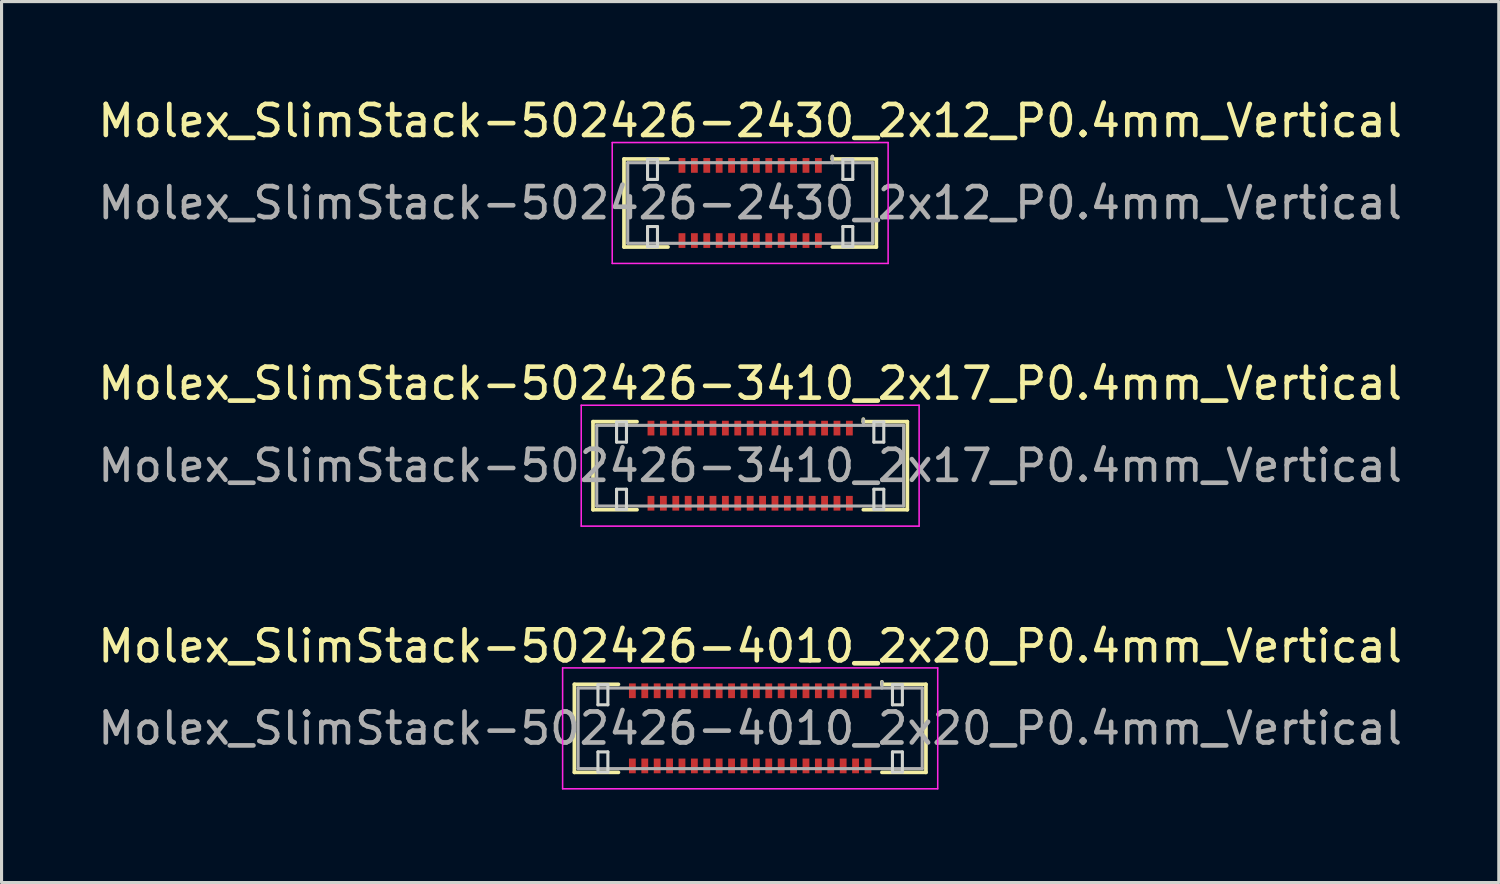
<source format=kicad_pcb>
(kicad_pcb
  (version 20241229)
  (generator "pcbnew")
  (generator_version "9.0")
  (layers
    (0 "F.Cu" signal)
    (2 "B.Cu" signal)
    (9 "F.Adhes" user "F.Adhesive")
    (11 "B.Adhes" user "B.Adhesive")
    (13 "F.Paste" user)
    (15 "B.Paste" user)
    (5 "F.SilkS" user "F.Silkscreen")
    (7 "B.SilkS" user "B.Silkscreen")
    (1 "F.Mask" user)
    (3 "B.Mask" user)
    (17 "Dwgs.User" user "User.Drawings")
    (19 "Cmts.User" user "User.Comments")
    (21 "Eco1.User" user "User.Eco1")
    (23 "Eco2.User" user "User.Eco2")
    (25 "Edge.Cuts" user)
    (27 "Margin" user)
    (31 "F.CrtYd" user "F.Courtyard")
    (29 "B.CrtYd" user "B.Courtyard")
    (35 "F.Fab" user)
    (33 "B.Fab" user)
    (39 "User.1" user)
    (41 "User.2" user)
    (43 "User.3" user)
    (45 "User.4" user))
  (footprint "Molex_SlimStack-502426-4010_2x20_P0.4mm_Vertical"
    (layer "F.Cu")
    (at 21.149 20.445)
    (property "Reference" "Molex_SlimStack-502426-4010_2x20_P0.4mm_Vertical" (at 0 -2.65 0) (layer "F.SilkS") (effects (font (size 1 1) (thickness 0.15))))
    (attr smd)
    (fp_line (start -5.67 -1.42) (end -4.25 -1.42) (stroke (width 0.12) (type solid)) (layer "F.SilkS"))
    (fp_line (start -5.67 1.42) (end -5.67 -1.42) (stroke (width 0.12) (type solid)) (layer "F.SilkS"))
    (fp_line (start -4.25 1.42) (end -5.67 1.42) (stroke (width 0.12) (type solid)) (layer "F.SilkS"))
    (fp_line (start 4.25 -1.42) (end 4.25 -1.5) (stroke (width 0.12) (type solid)) (layer "F.SilkS"))
    (fp_line (start 4.25 1.42) (end 5.67 1.42) (stroke (width 0.12) (type solid)) (layer "F.SilkS"))
    (fp_line (start 5.67 -1.42) (end 4.25 -1.42) (stroke (width 0.12) (type solid)) (layer "F.SilkS"))
    (fp_line (start 5.67 1.42) (end 5.67 -1.42) (stroke (width 0.12) (type solid)) (layer "F.SilkS"))
    (fp_line (start -4.91 -1.41) (end -4.91 -0.76) (stroke (width 0.1) (type solid)) (layer "Edge.Cuts"))
    (fp_line (start -4.91 -0.76) (end -4.59 -0.76) (stroke (width 0.1) (type solid)) (layer "Edge.Cuts"))
    (fp_line (start -4.91 0.76) (end -4.91 1.41) (stroke (width 0.1) (type solid)) (layer "Edge.Cuts"))
    (fp_line (start -4.91 1.41) (end -4.59 1.41) (stroke (width 0.1) (type solid)) (layer "Edge.Cuts"))
    (fp_line (start -4.59 -1.41) (end -4.91 -1.41) (stroke (width 0.1) (type solid)) (layer "Edge.Cuts"))
    (fp_line (start -4.59 -0.76) (end -4.59 -1.41) (stroke (width 0.1) (type solid)) (layer "Edge.Cuts"))
    (fp_line (start -4.59 0.76) (end -4.91 0.76) (stroke (width 0.1) (type solid)) (layer "Edge.Cuts"))
    (fp_line (start -4.59 1.41) (end -4.59 0.76) (stroke (width 0.1) (type solid)) (layer "Edge.Cuts"))
    (fp_line (start 4.59 -1.41) (end 4.59 -0.76) (stroke (width 0.1) (type solid)) (layer "Edge.Cuts"))
    (fp_line (start 4.59 -0.76) (end 4.91 -0.76) (stroke (width 0.1) (type solid)) (layer "Edge.Cuts"))
    (fp_line (start 4.59 0.76) (end 4.59 1.41) (stroke (width 0.1) (type solid)) (layer "Edge.Cuts"))
    (fp_line (start 4.59 1.41) (end 4.91 1.41) (stroke (width 0.1) (type solid)) (layer "Edge.Cuts"))
    (fp_line (start 4.91 -1.41) (end 4.59 -1.41) (stroke (width 0.1) (type solid)) (layer "Edge.Cuts"))
    (fp_line (start 4.91 -0.76) (end 4.91 -1.41) (stroke (width 0.1) (type solid)) (layer "Edge.Cuts"))
    (fp_line (start 4.91 0.76) (end 4.59 0.76) (stroke (width 0.1) (type solid)) (layer "Edge.Cuts"))
    (fp_line (start 4.91 1.41) (end 4.91 0.76) (stroke (width 0.1) (type solid)) (layer "Edge.Cuts"))
    (fp_line (start -6.05 -1.95) (end -6.05 1.95) (stroke (width 0.05) (type solid)) (layer "F.CrtYd"))
    (fp_line (start -6.05 1.95) (end 6.05 1.95) (stroke (width 0.05) (type solid)) (layer "F.CrtYd"))
    (fp_line (start 6.05 -1.95) (end -6.05 -1.95) (stroke (width 0.05) (type solid)) (layer "F.CrtYd"))
    (fp_line (start 6.05 1.95) (end 6.05 -1.95) (stroke (width 0.05) (type solid)) (layer "F.CrtYd"))
    (fp_line (start -5.55 -1.3) (end -5.55 1.3) (stroke (width 0.1) (type solid)) (layer "F.Fab"))
    (fp_line (start -5.55 1.3) (end 5.55 1.3) (stroke (width 0.1) (type solid)) (layer "F.Fab"))
    (fp_line (start 4.25 -1.3) (end 4.25 -1.5) (stroke (width 0.1) (type solid)) (layer "F.Fab"))
    (fp_line (start 5.55 -1.3) (end -5.55 -1.3) (stroke (width 0.1) (type solid)) (layer "F.Fab"))
    (fp_line (start 5.55 1.3) (end 5.55 -1.3) (stroke (width 0.1) (type solid)) (layer "F.Fab"))
    (fp_text user "${REFERENCE}" (at 0 0 0) (layer "F.Fab") (effects (font (size 1 1) (thickness 0.15))))
    (pad "1" smd rect (at 3.8 -1.212) (size 0.22 0.475) (layers "F.Cu" "F.Mask" "F.Paste"))
    (pad "2" smd rect (at 3.8 1.212) (size 0.22 0.475) (layers "F.Cu" "F.Mask" "F.Paste"))
    (pad "3" smd rect (at 3.4 -1.212) (size 0.22 0.475) (layers "F.Cu" "F.Mask" "F.Paste"))
    (pad "4" smd rect (at 3.4 1.212) (size 0.22 0.475) (layers "F.Cu" "F.Mask" "F.Paste"))
    (pad "5" smd rect (at 3 -1.212) (size 0.22 0.475) (layers "F.Cu" "F.Mask" "F.Paste"))
    (pad "6" smd rect (at 3 1.212) (size 0.22 0.475) (layers "F.Cu" "F.Mask" "F.Paste"))
    (pad "7" smd rect (at 2.6 -1.212) (size 0.22 0.475) (layers "F.Cu" "F.Mask" "F.Paste"))
    (pad "8" smd rect (at 2.6 1.212) (size 0.22 0.475) (layers "F.Cu" "F.Mask" "F.Paste"))
    (pad "9" smd rect (at 2.2 -1.212) (size 0.22 0.475) (layers "F.Cu" "F.Mask" "F.Paste"))
    (pad "10" smd rect (at 2.2 1.212) (size 0.22 0.475) (layers "F.Cu" "F.Mask" "F.Paste"))
    (pad "11" smd rect (at 1.8 -1.212) (size 0.22 0.475) (layers "F.Cu" "F.Mask" "F.Paste"))
    (pad "12" smd rect (at 1.8 1.212) (size 0.22 0.475) (layers "F.Cu" "F.Mask" "F.Paste"))
    (pad "13" smd rect (at 1.4 -1.212) (size 0.22 0.475) (layers "F.Cu" "F.Mask" "F.Paste"))
    (pad "14" smd rect (at 1.4 1.212) (size 0.22 0.475) (layers "F.Cu" "F.Mask" "F.Paste"))
    (pad "15" smd rect (at 1 -1.212) (size 0.22 0.475) (layers "F.Cu" "F.Mask" "F.Paste"))
    (pad "16" smd rect (at 1 1.212) (size 0.22 0.475) (layers "F.Cu" "F.Mask" "F.Paste"))
    (pad "17" smd rect (at 0.6 -1.212) (size 0.22 0.475) (layers "F.Cu" "F.Mask" "F.Paste"))
    (pad "18" smd rect (at 0.6 1.212) (size 0.22 0.475) (layers "F.Cu" "F.Mask" "F.Paste"))
    (pad "19" smd rect (at 0.2 -1.212) (size 0.22 0.475) (layers "F.Cu" "F.Mask" "F.Paste"))
    (pad "20" smd rect (at 0.2 1.212) (size 0.22 0.475) (layers "F.Cu" "F.Mask" "F.Paste"))
    (pad "21" smd rect (at -0.2 -1.212) (size 0.22 0.475) (layers "F.Cu" "F.Mask" "F.Paste"))
    (pad "22" smd rect (at -0.2 1.212) (size 0.22 0.475) (layers "F.Cu" "F.Mask" "F.Paste"))
    (pad "23" smd rect (at -0.6 -1.212) (size 0.22 0.475) (layers "F.Cu" "F.Mask" "F.Paste"))
    (pad "24" smd rect (at -0.6 1.212) (size 0.22 0.475) (layers "F.Cu" "F.Mask" "F.Paste"))
    (pad "25" smd rect (at -1 -1.212) (size 0.22 0.475) (layers "F.Cu" "F.Mask" "F.Paste"))
    (pad "26" smd rect (at -1 1.212) (size 0.22 0.475) (layers "F.Cu" "F.Mask" "F.Paste"))
    (pad "27" smd rect (at -1.4 -1.212) (size 0.22 0.475) (layers "F.Cu" "F.Mask" "F.Paste"))
    (pad "28" smd rect (at -1.4 1.212) (size 0.22 0.475) (layers "F.Cu" "F.Mask" "F.Paste"))
    (pad "29" smd rect (at -1.8 -1.212) (size 0.22 0.475) (layers "F.Cu" "F.Mask" "F.Paste"))
    (pad "30" smd rect (at -1.8 1.212) (size 0.22 0.475) (layers "F.Cu" "F.Mask" "F.Paste"))
    (pad "31" smd rect (at -2.2 -1.212) (size 0.22 0.475) (layers "F.Cu" "F.Mask" "F.Paste"))
    (pad "32" smd rect (at -2.2 1.212) (size 0.22 0.475) (layers "F.Cu" "F.Mask" "F.Paste"))
    (pad "33" smd rect (at -2.6 -1.212) (size 0.22 0.475) (layers "F.Cu" "F.Mask" "F.Paste"))
    (pad "34" smd rect (at -2.6 1.212) (size 0.22 0.475) (layers "F.Cu" "F.Mask" "F.Paste"))
    (pad "35" smd rect (at -3 -1.212) (size 0.22 0.475) (layers "F.Cu" "F.Mask" "F.Paste"))
    (pad "36" smd rect (at -3 1.212) (size 0.22 0.475) (layers "F.Cu" "F.Mask" "F.Paste"))
    (pad "37" smd rect (at -3.4 -1.212) (size 0.22 0.475) (layers "F.Cu" "F.Mask" "F.Paste"))
    (pad "38" smd rect (at -3.4 1.212) (size 0.22 0.475) (layers "F.Cu" "F.Mask" "F.Paste"))
    (pad "39" smd rect (at -3.8 -1.212) (size 0.22 0.475) (layers "F.Cu" "F.Mask" "F.Paste"))
    (pad "40" smd rect (at -3.8 1.212) (size 0.22 0.475) (layers "F.Cu" "F.Mask" "F.Paste")))
  (footprint "Molex_SlimStack-502426-2430_2x12_P0.4mm_Vertical"
    (layer "F.Cu")
    (at 21.149 3.498)
    (property "Reference" "Molex_SlimStack-502426-2430_2x12_P0.4mm_Vertical" (at 0 -2.65 0) (layer "F.SilkS") (effects (font (size 1 1) (thickness 0.15))))
    (attr smd)
    (fp_line (start -4.07 -1.42) (end -2.65 -1.42) (stroke (width 0.12) (type solid)) (layer "F.SilkS"))
    (fp_line (start -4.07 1.42) (end -4.07 -1.42) (stroke (width 0.12) (type solid)) (layer "F.SilkS"))
    (fp_line (start -2.65 1.42) (end -4.07 1.42) (stroke (width 0.12) (type solid)) (layer "F.SilkS"))
    (fp_line (start 2.65 -1.42) (end 2.65 -1.5) (stroke (width 0.12) (type solid)) (layer "F.SilkS"))
    (fp_line (start 2.65 1.42) (end 4.07 1.42) (stroke (width 0.12) (type solid)) (layer "F.SilkS"))
    (fp_line (start 4.07 -1.42) (end 2.65 -1.42) (stroke (width 0.12) (type solid)) (layer "F.SilkS"))
    (fp_line (start 4.07 1.42) (end 4.07 -1.42) (stroke (width 0.12) (type solid)) (layer "F.SilkS"))
    (fp_line (start -3.31 -1.41) (end -3.31 -0.76) (stroke (width 0.1) (type solid)) (layer "Edge.Cuts"))
    (fp_line (start -3.31 -0.76) (end -2.99 -0.76) (stroke (width 0.1) (type solid)) (layer "Edge.Cuts"))
    (fp_line (start -3.31 0.76) (end -3.31 1.41) (stroke (width 0.1) (type solid)) (layer "Edge.Cuts"))
    (fp_line (start -3.31 1.41) (end -2.99 1.41) (stroke (width 0.1) (type solid)) (layer "Edge.Cuts"))
    (fp_line (start -2.99 -1.41) (end -3.31 -1.41) (stroke (width 0.1) (type solid)) (layer "Edge.Cuts"))
    (fp_line (start -2.99 -0.76) (end -2.99 -1.41) (stroke (width 0.1) (type solid)) (layer "Edge.Cuts"))
    (fp_line (start -2.99 0.76) (end -3.31 0.76) (stroke (width 0.1) (type solid)) (layer "Edge.Cuts"))
    (fp_line (start -2.99 1.41) (end -2.99 0.76) (stroke (width 0.1) (type solid)) (layer "Edge.Cuts"))
    (fp_line (start 2.99 -1.41) (end 2.99 -0.76) (stroke (width 0.1) (type solid)) (layer "Edge.Cuts"))
    (fp_line (start 2.99 -0.76) (end 3.31 -0.76) (stroke (width 0.1) (type solid)) (layer "Edge.Cuts"))
    (fp_line (start 2.99 0.76) (end 2.99 1.41) (stroke (width 0.1) (type solid)) (layer "Edge.Cuts"))
    (fp_line (start 2.99 1.41) (end 3.31 1.41) (stroke (width 0.1) (type solid)) (layer "Edge.Cuts"))
    (fp_line (start 3.31 -1.41) (end 2.99 -1.41) (stroke (width 0.1) (type solid)) (layer "Edge.Cuts"))
    (fp_line (start 3.31 -0.76) (end 3.31 -1.41) (stroke (width 0.1) (type solid)) (layer "Edge.Cuts"))
    (fp_line (start 3.31 0.76) (end 2.99 0.76) (stroke (width 0.1) (type solid)) (layer "Edge.Cuts"))
    (fp_line (start 3.31 1.41) (end 3.31 0.76) (stroke (width 0.1) (type solid)) (layer "Edge.Cuts"))
    (fp_line (start -4.45 -1.95) (end -4.45 1.95) (stroke (width 0.05) (type solid)) (layer "F.CrtYd"))
    (fp_line (start -4.45 1.95) (end 4.45 1.95) (stroke (width 0.05) (type solid)) (layer "F.CrtYd"))
    (fp_line (start 4.45 -1.95) (end -4.45 -1.95) (stroke (width 0.05) (type solid)) (layer "F.CrtYd"))
    (fp_line (start 4.45 1.95) (end 4.45 -1.95) (stroke (width 0.05) (type solid)) (layer "F.CrtYd"))
    (fp_line (start -3.95 -1.3) (end -3.95 1.3) (stroke (width 0.1) (type solid)) (layer "F.Fab"))
    (fp_line (start -3.95 1.3) (end 3.95 1.3) (stroke (width 0.1) (type solid)) (layer "F.Fab"))
    (fp_line (start 2.65 -1.3) (end 2.65 -1.5) (stroke (width 0.1) (type solid)) (layer "F.Fab"))
    (fp_line (start 3.95 -1.3) (end -3.95 -1.3) (stroke (width 0.1) (type solid)) (layer "F.Fab"))
    (fp_line (start 3.95 1.3) (end 3.95 -1.3) (stroke (width 0.1) (type solid)) (layer "F.Fab"))
    (fp_text user "${REFERENCE}" (at 0 0 0) (layer "F.Fab") (effects (font (size 1 1) (thickness 0.15))))
    (pad "1" smd rect (at 2.2 -1.212) (size 0.22 0.475) (layers "F.Cu" "F.Mask" "F.Paste"))
    (pad "2" smd rect (at 2.2 1.212) (size 0.22 0.475) (layers "F.Cu" "F.Mask" "F.Paste"))
    (pad "3" smd rect (at 1.8 -1.212) (size 0.22 0.475) (layers "F.Cu" "F.Mask" "F.Paste"))
    (pad "4" smd rect (at 1.8 1.212) (size 0.22 0.475) (layers "F.Cu" "F.Mask" "F.Paste"))
    (pad "5" smd rect (at 1.4 -1.212) (size 0.22 0.475) (layers "F.Cu" "F.Mask" "F.Paste"))
    (pad "6" smd rect (at 1.4 1.212) (size 0.22 0.475) (layers "F.Cu" "F.Mask" "F.Paste"))
    (pad "7" smd rect (at 1 -1.212) (size 0.22 0.475) (layers "F.Cu" "F.Mask" "F.Paste"))
    (pad "8" smd rect (at 1 1.212) (size 0.22 0.475) (layers "F.Cu" "F.Mask" "F.Paste"))
    (pad "9" smd rect (at 0.6 -1.212) (size 0.22 0.475) (layers "F.Cu" "F.Mask" "F.Paste"))
    (pad "10" smd rect (at 0.6 1.212) (size 0.22 0.475) (layers "F.Cu" "F.Mask" "F.Paste"))
    (pad "11" smd rect (at 0.2 -1.212) (size 0.22 0.475) (layers "F.Cu" "F.Mask" "F.Paste"))
    (pad "12" smd rect (at 0.2 1.212) (size 0.22 0.475) (layers "F.Cu" "F.Mask" "F.Paste"))
    (pad "13" smd rect (at -0.2 -1.212) (size 0.22 0.475) (layers "F.Cu" "F.Mask" "F.Paste"))
    (pad "14" smd rect (at -0.2 1.212) (size 0.22 0.475) (layers "F.Cu" "F.Mask" "F.Paste"))
    (pad "15" smd rect (at -0.6 -1.212) (size 0.22 0.475) (layers "F.Cu" "F.Mask" "F.Paste"))
    (pad "16" smd rect (at -0.6 1.212) (size 0.22 0.475) (layers "F.Cu" "F.Mask" "F.Paste"))
    (pad "17" smd rect (at -1 -1.212) (size 0.22 0.475) (layers "F.Cu" "F.Mask" "F.Paste"))
    (pad "18" smd rect (at -1 1.212) (size 0.22 0.475) (layers "F.Cu" "F.Mask" "F.Paste"))
    (pad "19" smd rect (at -1.4 -1.212) (size 0.22 0.475) (layers "F.Cu" "F.Mask" "F.Paste"))
    (pad "20" smd rect (at -1.4 1.212) (size 0.22 0.475) (layers "F.Cu" "F.Mask" "F.Paste"))
    (pad "21" smd rect (at -1.8 -1.212) (size 0.22 0.475) (layers "F.Cu" "F.Mask" "F.Paste"))
    (pad "22" smd rect (at -1.8 1.212) (size 0.22 0.475) (layers "F.Cu" "F.Mask" "F.Paste"))
    (pad "23" smd rect (at -2.2 -1.212) (size 0.22 0.475) (layers "F.Cu" "F.Mask" "F.Paste"))
    (pad "24" smd rect (at -2.2 1.212) (size 0.22 0.475) (layers "F.Cu" "F.Mask" "F.Paste")))
  (footprint "Molex_SlimStack-502426-3410_2x17_P0.4mm_Vertical"
    (layer "F.Cu")
    (at 21.149 11.972)
    (property "Reference" "Molex_SlimStack-502426-3410_2x17_P0.4mm_Vertical" (at 0 -2.65 0) (layer "F.SilkS") (effects (font (size 1 1) (thickness 0.15))))
    (attr smd)
    (fp_line (start -5.07 -1.42) (end -3.65 -1.42) (stroke (width 0.12) (type solid)) (layer "F.SilkS"))
    (fp_line (start -5.07 1.42) (end -5.07 -1.42) (stroke (width 0.12) (type solid)) (layer "F.SilkS"))
    (fp_line (start -3.65 1.42) (end -5.07 1.42) (stroke (width 0.12) (type solid)) (layer "F.SilkS"))
    (fp_line (start 3.65 -1.42) (end 3.65 -1.5) (stroke (width 0.12) (type solid)) (layer "F.SilkS"))
    (fp_line (start 3.65 1.42) (end 5.07 1.42) (stroke (width 0.12) (type solid)) (layer "F.SilkS"))
    (fp_line (start 5.07 -1.42) (end 3.65 -1.42) (stroke (width 0.12) (type solid)) (layer "F.SilkS"))
    (fp_line (start 5.07 1.42) (end 5.07 -1.42) (stroke (width 0.12) (type solid)) (layer "F.SilkS"))
    (fp_line (start -4.31 -1.41) (end -4.31 -0.76) (stroke (width 0.1) (type solid)) (layer "Edge.Cuts"))
    (fp_line (start -4.31 -0.76) (end -3.99 -0.76) (stroke (width 0.1) (type solid)) (layer "Edge.Cuts"))
    (fp_line (start -4.31 0.76) (end -4.31 1.41) (stroke (width 0.1) (type solid)) (layer "Edge.Cuts"))
    (fp_line (start -4.31 1.41) (end -3.99 1.41) (stroke (width 0.1) (type solid)) (layer "Edge.Cuts"))
    (fp_line (start -3.99 -1.41) (end -4.31 -1.41) (stroke (width 0.1) (type solid)) (layer "Edge.Cuts"))
    (fp_line (start -3.99 -0.76) (end -3.99 -1.41) (stroke (width 0.1) (type solid)) (layer "Edge.Cuts"))
    (fp_line (start -3.99 0.76) (end -4.31 0.76) (stroke (width 0.1) (type solid)) (layer "Edge.Cuts"))
    (fp_line (start -3.99 1.41) (end -3.99 0.76) (stroke (width 0.1) (type solid)) (layer "Edge.Cuts"))
    (fp_line (start 3.99 -1.41) (end 3.99 -0.76) (stroke (width 0.1) (type solid)) (layer "Edge.Cuts"))
    (fp_line (start 3.99 -0.76) (end 4.31 -0.76) (stroke (width 0.1) (type solid)) (layer "Edge.Cuts"))
    (fp_line (start 3.99 0.76) (end 3.99 1.41) (stroke (width 0.1) (type solid)) (layer "Edge.Cuts"))
    (fp_line (start 3.99 1.41) (end 4.31 1.41) (stroke (width 0.1) (type solid)) (layer "Edge.Cuts"))
    (fp_line (start 4.31 -1.41) (end 3.99 -1.41) (stroke (width 0.1) (type solid)) (layer "Edge.Cuts"))
    (fp_line (start 4.31 -0.76) (end 4.31 -1.41) (stroke (width 0.1) (type solid)) (layer "Edge.Cuts"))
    (fp_line (start 4.31 0.76) (end 3.99 0.76) (stroke (width 0.1) (type solid)) (layer "Edge.Cuts"))
    (fp_line (start 4.31 1.41) (end 4.31 0.76) (stroke (width 0.1) (type solid)) (layer "Edge.Cuts"))
    (fp_line (start -5.45 -1.95) (end -5.45 1.95) (stroke (width 0.05) (type solid)) (layer "F.CrtYd"))
    (fp_line (start -5.45 1.95) (end 5.45 1.95) (stroke (width 0.05) (type solid)) (layer "F.CrtYd"))
    (fp_line (start 5.45 -1.95) (end -5.45 -1.95) (stroke (width 0.05) (type solid)) (layer "F.CrtYd"))
    (fp_line (start 5.45 1.95) (end 5.45 -1.95) (stroke (width 0.05) (type solid)) (layer "F.CrtYd"))
    (fp_line (start -4.95 -1.3) (end -4.95 1.3) (stroke (width 0.1) (type solid)) (layer "F.Fab"))
    (fp_line (start -4.95 1.3) (end 4.95 1.3) (stroke (width 0.1) (type solid)) (layer "F.Fab"))
    (fp_line (start 3.65 -1.3) (end 3.65 -1.5) (stroke (width 0.1) (type solid)) (layer "F.Fab"))
    (fp_line (start 4.95 -1.3) (end -4.95 -1.3) (stroke (width 0.1) (type solid)) (layer "F.Fab"))
    (fp_line (start 4.95 1.3) (end 4.95 -1.3) (stroke (width 0.1) (type solid)) (layer "F.Fab"))
    (fp_text user "${REFERENCE}" (at 0 0 0) (layer "F.Fab") (effects (font (size 1 1) (thickness 0.15))))
    (pad "1" smd rect (at 3.2 -1.212) (size 0.22 0.475) (layers "F.Cu" "F.Mask" "F.Paste"))
    (pad "2" smd rect (at 3.2 1.212) (size 0.22 0.475) (layers "F.Cu" "F.Mask" "F.Paste"))
    (pad "3" smd rect (at 2.8 -1.212) (size 0.22 0.475) (layers "F.Cu" "F.Mask" "F.Paste"))
    (pad "4" smd rect (at 2.8 1.212) (size 0.22 0.475) (layers "F.Cu" "F.Mask" "F.Paste"))
    (pad "5" smd rect (at 2.4 -1.212) (size 0.22 0.475) (layers "F.Cu" "F.Mask" "F.Paste"))
    (pad "6" smd rect (at 2.4 1.212) (size 0.22 0.475) (layers "F.Cu" "F.Mask" "F.Paste"))
    (pad "7" smd rect (at 2 -1.212) (size 0.22 0.475) (layers "F.Cu" "F.Mask" "F.Paste"))
    (pad "8" smd rect (at 2 1.212) (size 0.22 0.475) (layers "F.Cu" "F.Mask" "F.Paste"))
    (pad "9" smd rect (at 1.6 -1.212) (size 0.22 0.475) (layers "F.Cu" "F.Mask" "F.Paste"))
    (pad "10" smd rect (at 1.6 1.212) (size 0.22 0.475) (layers "F.Cu" "F.Mask" "F.Paste"))
    (pad "11" smd rect (at 1.2 -1.212) (size 0.22 0.475) (layers "F.Cu" "F.Mask" "F.Paste"))
    (pad "12" smd rect (at 1.2 1.212) (size 0.22 0.475) (layers "F.Cu" "F.Mask" "F.Paste"))
    (pad "13" smd rect (at 0.8 -1.212) (size 0.22 0.475) (layers "F.Cu" "F.Mask" "F.Paste"))
    (pad "14" smd rect (at 0.8 1.212) (size 0.22 0.475) (layers "F.Cu" "F.Mask" "F.Paste"))
    (pad "15" smd rect (at 0.4 -1.212) (size 0.22 0.475) (layers "F.Cu" "F.Mask" "F.Paste"))
    (pad "16" smd rect (at 0.4 1.212) (size 0.22 0.475) (layers "F.Cu" "F.Mask" "F.Paste"))
    (pad "17" smd rect (at 0 -1.212) (size 0.22 0.475) (layers "F.Cu" "F.Mask" "F.Paste"))
    (pad "18" smd rect (at 0 1.212) (size 0.22 0.475) (layers "F.Cu" "F.Mask" "F.Paste"))
    (pad "19" smd rect (at -0.4 -1.212) (size 0.22 0.475) (layers "F.Cu" "F.Mask" "F.Paste"))
    (pad "20" smd rect (at -0.4 1.212) (size 0.22 0.475) (layers "F.Cu" "F.Mask" "F.Paste"))
    (pad "21" smd rect (at -0.8 -1.212) (size 0.22 0.475) (layers "F.Cu" "F.Mask" "F.Paste"))
    (pad "22" smd rect (at -0.8 1.212) (size 0.22 0.475) (layers "F.Cu" "F.Mask" "F.Paste"))
    (pad "23" smd rect (at -1.2 -1.212) (size 0.22 0.475) (layers "F.Cu" "F.Mask" "F.Paste"))
    (pad "24" smd rect (at -1.2 1.212) (size 0.22 0.475) (layers "F.Cu" "F.Mask" "F.Paste"))
    (pad "25" smd rect (at -1.6 -1.212) (size 0.22 0.475) (layers "F.Cu" "F.Mask" "F.Paste"))
    (pad "26" smd rect (at -1.6 1.212) (size 0.22 0.475) (layers "F.Cu" "F.Mask" "F.Paste"))
    (pad "27" smd rect (at -2 -1.212) (size 0.22 0.475) (layers "F.Cu" "F.Mask" "F.Paste"))
    (pad "28" smd rect (at -2 1.212) (size 0.22 0.475) (layers "F.Cu" "F.Mask" "F.Paste"))
    (pad "29" smd rect (at -2.4 -1.212) (size 0.22 0.475) (layers "F.Cu" "F.Mask" "F.Paste"))
    (pad "30" smd rect (at -2.4 1.212) (size 0.22 0.475) (layers "F.Cu" "F.Mask" "F.Paste"))
    (pad "31" smd rect (at -2.8 -1.212) (size 0.22 0.475) (layers "F.Cu" "F.Mask" "F.Paste"))
    (pad "32" smd rect (at -2.8 1.212) (size 0.22 0.475) (layers "F.Cu" "F.Mask" "F.Paste"))
    (pad "33" smd rect (at -3.2 -1.212) (size 0.22 0.475) (layers "F.Cu" "F.Mask" "F.Paste"))
    (pad "34" smd rect (at -3.2 1.212) (size 0.22 0.475) (layers "F.Cu" "F.Mask" "F.Paste")))
  (gr_rect
    (start -3 -3)
    (end 45.298 25.42)
    (stroke (width 0.1) (type default))
    (fill no)
    (layer "Edge.Cuts")))
</source>
